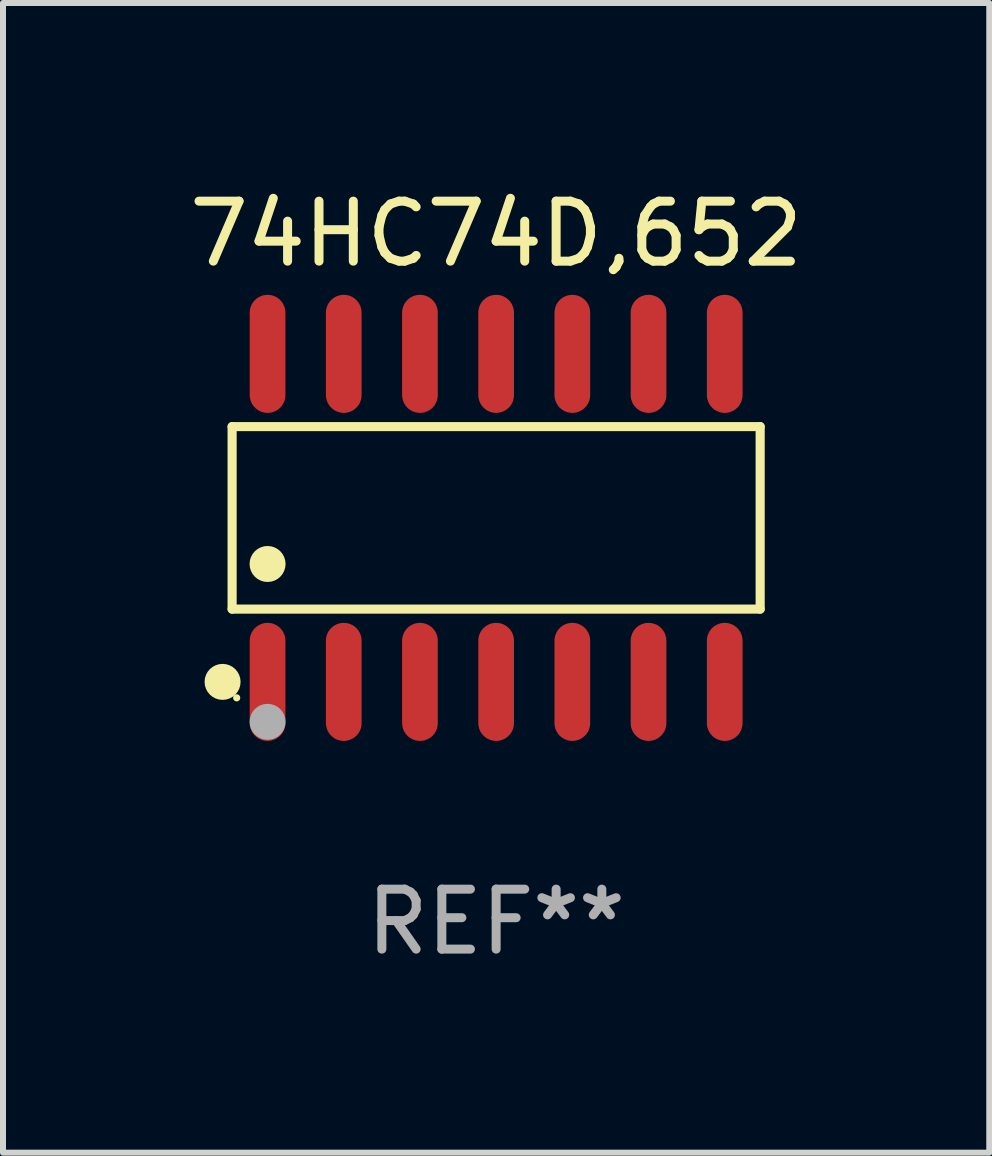
<source format=kicad_pcb>
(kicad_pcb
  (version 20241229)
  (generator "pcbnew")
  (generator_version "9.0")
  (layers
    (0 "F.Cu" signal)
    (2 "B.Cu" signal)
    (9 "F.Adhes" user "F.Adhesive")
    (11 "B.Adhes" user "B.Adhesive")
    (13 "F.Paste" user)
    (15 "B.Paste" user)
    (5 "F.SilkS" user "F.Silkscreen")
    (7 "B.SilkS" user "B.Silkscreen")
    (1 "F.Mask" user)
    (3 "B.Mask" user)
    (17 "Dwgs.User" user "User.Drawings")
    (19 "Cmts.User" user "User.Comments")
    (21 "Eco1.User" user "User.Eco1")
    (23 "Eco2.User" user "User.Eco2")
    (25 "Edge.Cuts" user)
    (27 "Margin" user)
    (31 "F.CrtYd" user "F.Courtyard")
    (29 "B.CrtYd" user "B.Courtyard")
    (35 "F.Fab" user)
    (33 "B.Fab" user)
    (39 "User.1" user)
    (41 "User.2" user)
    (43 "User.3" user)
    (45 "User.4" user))
  (footprint "74HC74D,652"
    (layer "F.Cu")
    (at 5.22 5.582)
    (property "Reference" "74HC74D,652" (at 0 -4.734 0) (layer "F.SilkS") (effects (font (size 1 1) (thickness 0.15))))
    (attr through_hole)
    (fp_line (start -4.401 -1.521) (end 4.401 -1.521) (stroke (width 0.152) (type solid)) (layer "F.SilkS"))
    (fp_line (start -4.401 1.521) (end -4.401 -1.521) (stroke (width 0.152) (type solid)) (layer "F.SilkS"))
    (fp_line (start 4.401 -1.521) (end 4.401 1.521) (stroke (width 0.152) (type solid)) (layer "F.SilkS"))
    (fp_line (start 4.401 1.521) (end -4.401 1.521) (stroke (width 0.152) (type solid)) (layer "F.SilkS"))
    (fp_circle (center -4.56 2.734) (end -4.41 2.734) (stroke (width 0.3) (type solid)) (fill no) (layer "F.SilkS"))
    (fp_circle (center -4.325 3) (end -4.295 3) (stroke (width 0.06) (type solid)) (fill no) (layer "F.SilkS"))
    (fp_circle (center -3.81 0.769) (end -3.66 0.769) (stroke (width 0.3) (type solid)) (fill no) (layer "F.SilkS"))
    (fp_circle (center -3.81 3.4) (end -3.66 3.4) (stroke (width 0.3) (type solid)) (fill no) (layer "F.Fab"))
    (fp_text user "REF**" (at 0 6.734 0) (layer "F.Fab") (effects (font (size 1 1) (thickness 0.15))))
    (pad "1" smd oval (at -3.81 2.734) (size 0.595 1.968) (layers "F.Cu" "F.Mask" "F.Paste"))
    (pad "2" smd oval (at -2.54 2.734) (size 0.595 1.968) (layers "F.Cu" "F.Mask" "F.Paste"))
    (pad "3" smd oval (at -1.27 2.734) (size 0.595 1.968) (layers "F.Cu" "F.Mask" "F.Paste"))
    (pad "4" smd oval (at 0 2.734) (size 0.595 1.968) (layers "F.Cu" "F.Mask" "F.Paste"))
    (pad "5" smd oval (at 1.27 2.734) (size 0.595 1.968) (layers "F.Cu" "F.Mask" "F.Paste"))
    (pad "6" smd oval (at 2.54 2.734) (size 0.595 1.968) (layers "F.Cu" "F.Mask" "F.Paste"))
    (pad "7" smd oval (at 3.81 2.734) (size 0.595 1.968) (layers "F.Cu" "F.Mask" "F.Paste"))
    (pad "8" smd oval (at 3.81 -2.734) (size 0.595 1.968) (layers "F.Cu" "F.Mask" "F.Paste"))
    (pad "9" smd oval (at 2.54 -2.734) (size 0.595 1.968) (layers "F.Cu" "F.Mask" "F.Paste"))
    (pad "10" smd oval (at 1.27 -2.734) (size 0.595 1.968) (layers "F.Cu" "F.Mask" "F.Paste"))
    (pad "11" smd oval (at 0 -2.734) (size 0.595 1.968) (layers "F.Cu" "F.Mask" "F.Paste"))
    (pad "12" smd oval (at -1.27 -2.734) (size 0.595 1.968) (layers "F.Cu" "F.Mask" "F.Paste"))
    (pad "13" smd oval (at -2.54 -2.734) (size 0.595 1.968) (layers "F.Cu" "F.Mask" "F.Paste"))
    (pad "14" smd oval (at -3.81 -2.734) (size 0.595 1.968) (layers "F.Cu" "F.Mask" "F.Paste")))
  (gr_rect
    (start -3 -3)
    (end 13.44 16.164)
    (stroke (width 0.1) (type default))
    (fill no)
    (layer "Edge.Cuts")))
</source>
